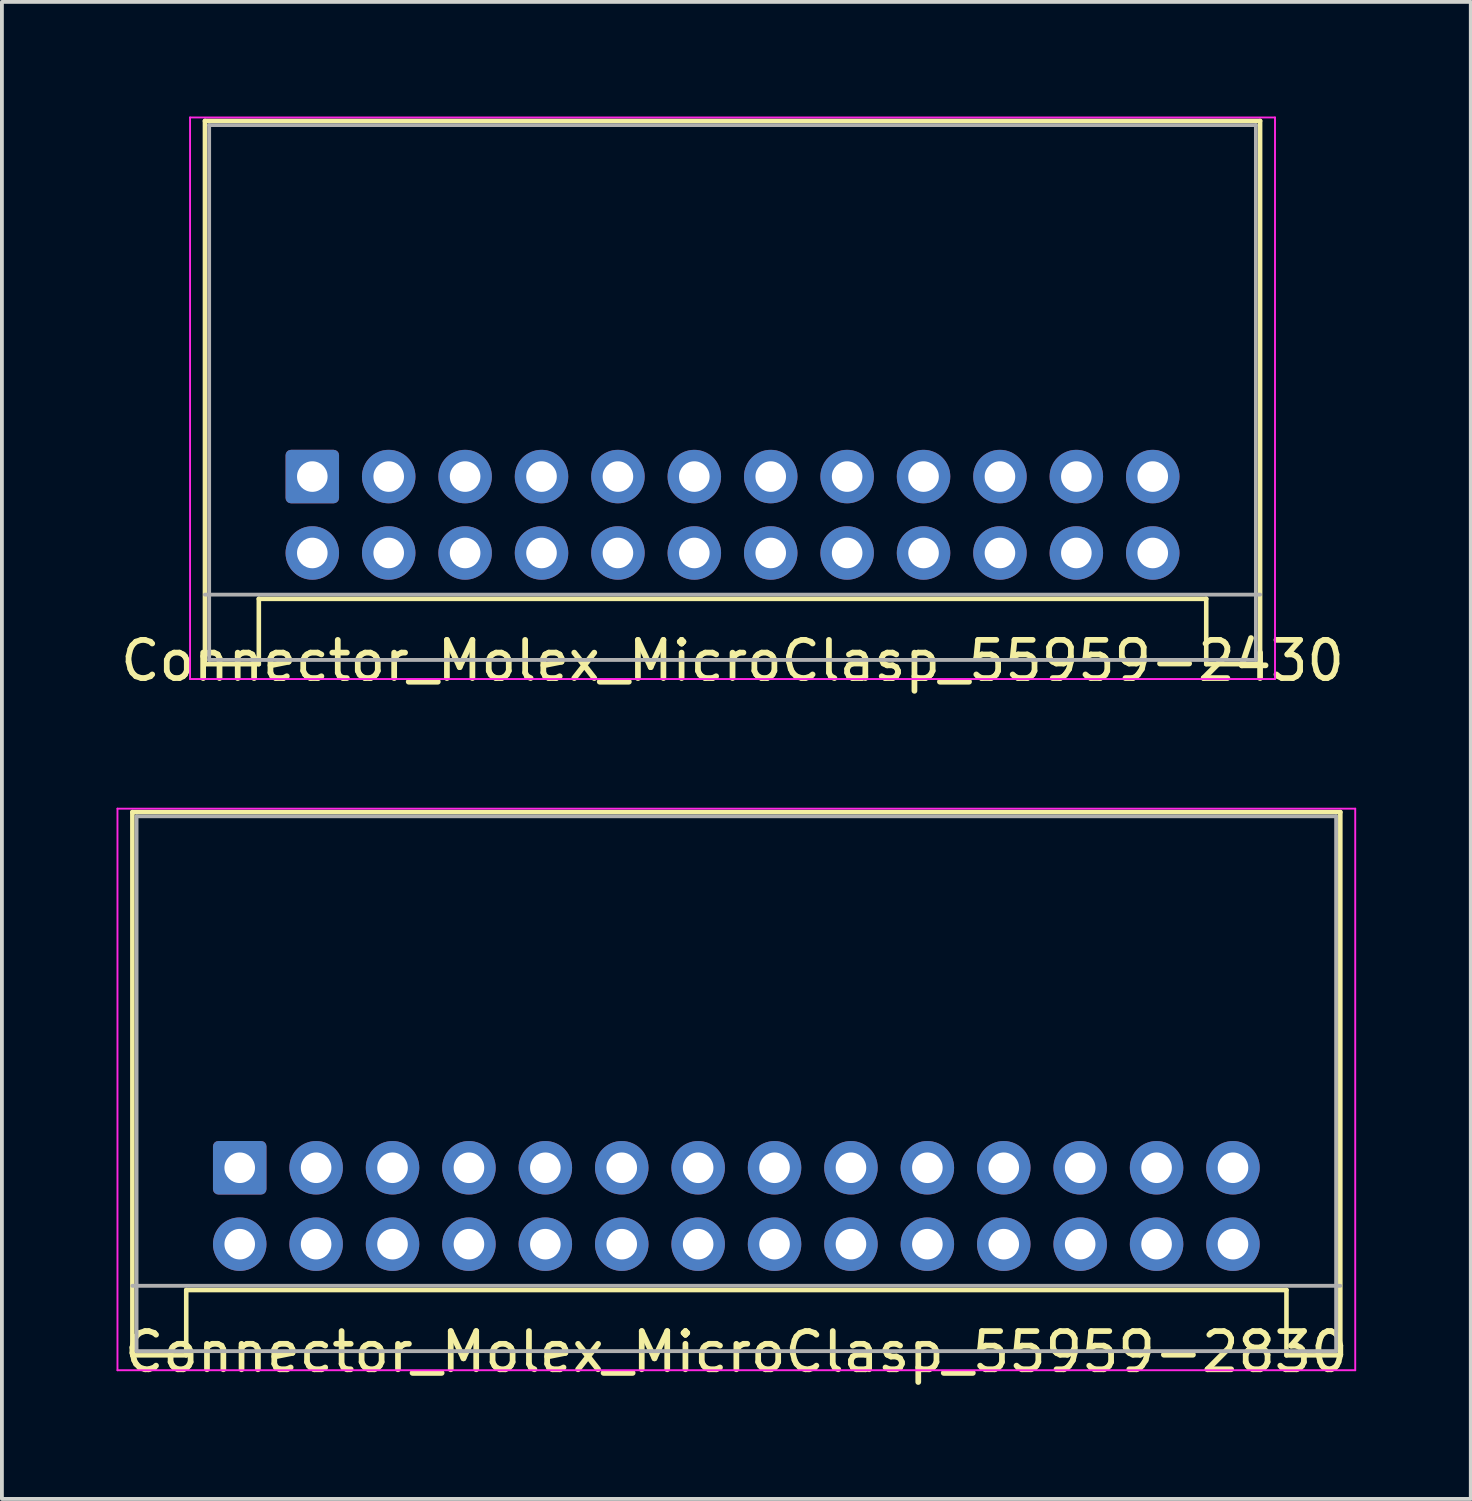
<source format=kicad_pcb>
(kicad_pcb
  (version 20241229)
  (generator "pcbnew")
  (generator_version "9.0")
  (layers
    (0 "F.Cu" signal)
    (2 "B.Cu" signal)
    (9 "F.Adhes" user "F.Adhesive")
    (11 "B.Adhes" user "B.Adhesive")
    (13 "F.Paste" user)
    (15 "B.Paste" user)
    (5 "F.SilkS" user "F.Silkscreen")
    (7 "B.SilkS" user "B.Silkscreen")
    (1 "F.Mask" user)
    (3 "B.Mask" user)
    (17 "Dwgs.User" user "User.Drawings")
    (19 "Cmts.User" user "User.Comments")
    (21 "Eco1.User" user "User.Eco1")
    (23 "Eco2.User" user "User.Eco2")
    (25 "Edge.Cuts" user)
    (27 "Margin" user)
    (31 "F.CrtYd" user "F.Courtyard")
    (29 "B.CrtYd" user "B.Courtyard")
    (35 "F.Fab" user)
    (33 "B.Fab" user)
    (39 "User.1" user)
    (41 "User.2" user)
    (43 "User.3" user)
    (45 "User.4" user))
  (footprint "Connector_Molex_MicroClasp_55959-2430"
    (layer "F.Cu")
    (at 16.125 9.425)
    (property "Reference" "Connector_Molex_MicroClasp_55959-2430" (at 0 4.82 180) (layer "F.SilkS") (effects (font (size 1 1) (thickness 0.15))))
    (attr through_hole)
    (fp_line (start -13.81 -9.31) (end 13.81 -9.31) (stroke (width 0.12) (type solid)) (layer "F.SilkS"))
    (fp_line (start -13.81 4.91) (end -13.81 -9.31) (stroke (width 0.12) (type solid)) (layer "F.SilkS"))
    (fp_line (start -12.4 3.2) (end 12.4 3.2) (stroke (width 0.12) (type solid)) (layer "F.SilkS"))
    (fp_line (start -12.4 4.91) (end -13.81 4.91) (stroke (width 0.12) (type solid)) (layer "F.SilkS"))
    (fp_line (start -12.4 4.91) (end -12.4 3.2) (stroke (width 0.12) (type solid)) (layer "F.SilkS"))
    (fp_line (start 12.4 4.91) (end 12.4 3.2) (stroke (width 0.12) (type solid)) (layer "F.SilkS"))
    (fp_line (start 13.81 4.91) (end 12.4 4.91) (stroke (width 0.12) (type solid)) (layer "F.SilkS"))
    (fp_line (start 13.81 4.91) (end 13.81 -9.31) (stroke (width 0.12) (type solid)) (layer "F.SilkS"))
    (fp_line (start -14.2 -9.4) (end 14.2 -9.4) (stroke (width 0.05) (type solid)) (layer "F.CrtYd"))
    (fp_line (start -14.2 5.3) (end -14.2 -9.4) (stroke (width 0.05) (type solid)) (layer "F.CrtYd"))
    (fp_line (start 14.2 -9.4) (end 14.2 5.3) (stroke (width 0.05) (type solid)) (layer "F.CrtYd"))
    (fp_line (start 14.2 5.3) (end -14.2 5.3) (stroke (width 0.05) (type solid)) (layer "F.CrtYd"))
    (fp_line (start -13.81 3.09) (end 13.81 3.09) (stroke (width 0.1) (type solid)) (layer "F.Fab"))
    (fp_line (start -13.7 -9.2) (end -13.7 4.8) (stroke (width 0.1) (type solid)) (layer "F.Fab"))
    (fp_line (start -13.7 -9.2) (end 13.7 -9.2) (stroke (width 0.1) (type solid)) (layer "F.Fab"))
    (fp_line (start -13.7 4.8) (end 13.7 4.8) (stroke (width 0.1) (type solid)) (layer "F.Fab"))
    (fp_line (start 13.7 -9.2) (end 13.7 4.8) (stroke (width 0.1) (type solid)) (layer "F.Fab"))
    (pad "1" thru_hole roundrect (at -11 0) (size 1.4 1.4) (drill 0.8) (layers "*.Cu" "*.Mask") (roundrect_rratio 0.1))
    (pad "2" thru_hole circle (at -11 2) (size 1.4 1.4) (drill 0.8) (layers "*.Cu" "*.Mask"))
    (pad "3" thru_hole circle (at -9 0) (size 1.4 1.4) (drill 0.8) (layers "*.Cu" "*.Mask"))
    (pad "4" thru_hole circle (at -9 2) (size 1.4 1.4) (drill 0.8) (layers "*.Cu" "*.Mask"))
    (pad "5" thru_hole circle (at -7 0) (size 1.4 1.4) (drill 0.8) (layers "*.Cu" "*.Mask"))
    (pad "6" thru_hole circle (at -7 2) (size 1.4 1.4) (drill 0.8) (layers "*.Cu" "*.Mask"))
    (pad "7" thru_hole circle (at -5 0) (size 1.4 1.4) (drill 0.8) (layers "*.Cu" "*.Mask"))
    (pad "8" thru_hole circle (at -5 2) (size 1.4 1.4) (drill 0.8) (layers "*.Cu" "*.Mask"))
    (pad "9" thru_hole circle (at -3 0) (size 1.4 1.4) (drill 0.8) (layers "*.Cu" "*.Mask"))
    (pad "10" thru_hole circle (at -3 2) (size 1.4 1.4) (drill 0.8) (layers "*.Cu" "*.Mask"))
    (pad "11" thru_hole circle (at -1 0) (size 1.4 1.4) (drill 0.8) (layers "*.Cu" "*.Mask"))
    (pad "12" thru_hole circle (at -1 2) (size 1.4 1.4) (drill 0.8) (layers "*.Cu" "*.Mask"))
    (pad "13" thru_hole circle (at 1 0) (size 1.4 1.4) (drill 0.8) (layers "*.Cu" "*.Mask"))
    (pad "14" thru_hole circle (at 1 2) (size 1.4 1.4) (drill 0.8) (layers "*.Cu" "*.Mask"))
    (pad "15" thru_hole circle (at 3 0) (size 1.4 1.4) (drill 0.8) (layers "*.Cu" "*.Mask"))
    (pad "16" thru_hole circle (at 3 2) (size 1.4 1.4) (drill 0.8) (layers "*.Cu" "*.Mask"))
    (pad "17" thru_hole circle (at 5 0) (size 1.4 1.4) (drill 0.8) (layers "*.Cu" "*.Mask"))
    (pad "18" thru_hole circle (at 5 2) (size 1.4 1.4) (drill 0.8) (layers "*.Cu" "*.Mask"))
    (pad "19" thru_hole circle (at 7 0) (size 1.4 1.4) (drill 0.8) (layers "*.Cu" "*.Mask"))
    (pad "20" thru_hole circle (at 7 2) (size 1.4 1.4) (drill 0.8) (layers "*.Cu" "*.Mask"))
    (pad "21" thru_hole circle (at 9 0) (size 1.4 1.4) (drill 0.8) (layers "*.Cu" "*.Mask"))
    (pad "22" thru_hole circle (at 9 2) (size 1.4 1.4) (drill 0.8) (layers "*.Cu" "*.Mask"))
    (pad "23" thru_hole circle (at 11 0) (size 1.4 1.4) (drill 0.8) (layers "*.Cu" "*.Mask"))
    (pad "24" thru_hole circle (at 11 2) (size 1.4 1.4) (drill 0.8) (layers "*.Cu" "*.Mask")))
  (footprint "Connector_Molex_MicroClasp_55959-2830"
    (layer "F.Cu")
    (at 16.225 27.518)
    (property "Reference" "Connector_Molex_MicroClasp_55959-2830" (at 0 4.82 180) (layer "F.SilkS") (effects (font (size 1 1) (thickness 0.15))))
    (attr through_hole)
    (fp_line (start -15.81 -9.31) (end 15.81 -9.31) (stroke (width 0.12) (type solid)) (layer "F.SilkS"))
    (fp_line (start -15.81 4.91) (end -15.81 -9.31) (stroke (width 0.12) (type solid)) (layer "F.SilkS"))
    (fp_line (start -14.4 3.2) (end 14.4 3.2) (stroke (width 0.12) (type solid)) (layer "F.SilkS"))
    (fp_line (start -14.4 4.91) (end -15.81 4.91) (stroke (width 0.12) (type solid)) (layer "F.SilkS"))
    (fp_line (start -14.4 4.91) (end -14.4 3.2) (stroke (width 0.12) (type solid)) (layer "F.SilkS"))
    (fp_line (start 14.4 4.91) (end 14.4 3.2) (stroke (width 0.12) (type solid)) (layer "F.SilkS"))
    (fp_line (start 15.81 4.91) (end 14.4 4.91) (stroke (width 0.12) (type solid)) (layer "F.SilkS"))
    (fp_line (start 15.81 4.91) (end 15.81 -9.31) (stroke (width 0.12) (type solid)) (layer "F.SilkS"))
    (fp_line (start -16.2 -9.4) (end 16.2 -9.4) (stroke (width 0.05) (type solid)) (layer "F.CrtYd"))
    (fp_line (start -16.2 5.3) (end -16.2 -9.4) (stroke (width 0.05) (type solid)) (layer "F.CrtYd"))
    (fp_line (start 16.2 -9.4) (end 16.2 5.3) (stroke (width 0.05) (type solid)) (layer "F.CrtYd"))
    (fp_line (start 16.2 5.3) (end -16.2 5.3) (stroke (width 0.05) (type solid)) (layer "F.CrtYd"))
    (fp_line (start -15.81 3.09) (end 15.81 3.09) (stroke (width 0.1) (type solid)) (layer "F.Fab"))
    (fp_line (start -15.7 -9.2) (end -15.7 4.8) (stroke (width 0.1) (type solid)) (layer "F.Fab"))
    (fp_line (start -15.7 -9.2) (end 15.7 -9.2) (stroke (width 0.1) (type solid)) (layer "F.Fab"))
    (fp_line (start -15.7 4.8) (end 15.7 4.8) (stroke (width 0.1) (type solid)) (layer "F.Fab"))
    (fp_line (start 15.7 -9.2) (end 15.7 4.8) (stroke (width 0.1) (type solid)) (layer "F.Fab"))
    (pad "1" thru_hole roundrect (at -13 0) (size 1.4 1.4) (drill 0.8) (layers "*.Cu" "*.Mask") (roundrect_rratio 0.1))
    (pad "2" thru_hole circle (at -13 2) (size 1.4 1.4) (drill 0.8) (layers "*.Cu" "*.Mask"))
    (pad "3" thru_hole circle (at -11 0) (size 1.4 1.4) (drill 0.8) (layers "*.Cu" "*.Mask"))
    (pad "4" thru_hole circle (at -11 2) (size 1.4 1.4) (drill 0.8) (layers "*.Cu" "*.Mask"))
    (pad "5" thru_hole circle (at -9 0) (size 1.4 1.4) (drill 0.8) (layers "*.Cu" "*.Mask"))
    (pad "6" thru_hole circle (at -9 2) (size 1.4 1.4) (drill 0.8) (layers "*.Cu" "*.Mask"))
    (pad "7" thru_hole circle (at -7 0) (size 1.4 1.4) (drill 0.8) (layers "*.Cu" "*.Mask"))
    (pad "8" thru_hole circle (at -7 2) (size 1.4 1.4) (drill 0.8) (layers "*.Cu" "*.Mask"))
    (pad "9" thru_hole circle (at -5 0) (size 1.4 1.4) (drill 0.8) (layers "*.Cu" "*.Mask"))
    (pad "10" thru_hole circle (at -5 2) (size 1.4 1.4) (drill 0.8) (layers "*.Cu" "*.Mask"))
    (pad "11" thru_hole circle (at -3 0) (size 1.4 1.4) (drill 0.8) (layers "*.Cu" "*.Mask"))
    (pad "12" thru_hole circle (at -3 2) (size 1.4 1.4) (drill 0.8) (layers "*.Cu" "*.Mask"))
    (pad "13" thru_hole circle (at -1 0) (size 1.4 1.4) (drill 0.8) (layers "*.Cu" "*.Mask"))
    (pad "14" thru_hole circle (at -1 2) (size 1.4 1.4) (drill 0.8) (layers "*.Cu" "*.Mask"))
    (pad "15" thru_hole circle (at 1 0) (size 1.4 1.4) (drill 0.8) (layers "*.Cu" "*.Mask"))
    (pad "16" thru_hole circle (at 1 2) (size 1.4 1.4) (drill 0.8) (layers "*.Cu" "*.Mask"))
    (pad "17" thru_hole circle (at 3 0) (size 1.4 1.4) (drill 0.8) (layers "*.Cu" "*.Mask"))
    (pad "18" thru_hole circle (at 3 2) (size 1.4 1.4) (drill 0.8) (layers "*.Cu" "*.Mask"))
    (pad "19" thru_hole circle (at 5 0) (size 1.4 1.4) (drill 0.8) (layers "*.Cu" "*.Mask"))
    (pad "20" thru_hole circle (at 5 2) (size 1.4 1.4) (drill 0.8) (layers "*.Cu" "*.Mask"))
    (pad "21" thru_hole circle (at 7 0) (size 1.4 1.4) (drill 0.8) (layers "*.Cu" "*.Mask"))
    (pad "22" thru_hole circle (at 7 2) (size 1.4 1.4) (drill 0.8) (layers "*.Cu" "*.Mask"))
    (pad "23" thru_hole circle (at 9 0) (size 1.4 1.4) (drill 0.8) (layers "*.Cu" "*.Mask"))
    (pad "24" thru_hole circle (at 9 2) (size 1.4 1.4) (drill 0.8) (layers "*.Cu" "*.Mask"))
    (pad "25" thru_hole circle (at 11 0) (size 1.4 1.4) (drill 0.8) (layers "*.Cu" "*.Mask"))
    (pad "26" thru_hole circle (at 11 2) (size 1.4 1.4) (drill 0.8) (layers "*.Cu" "*.Mask"))
    (pad "27" thru_hole circle (at 13 0) (size 1.4 1.4) (drill 0.8) (layers "*.Cu" "*.Mask"))
    (pad "28" thru_hole circle (at 13 2) (size 1.4 1.4) (drill 0.8) (layers "*.Cu" "*.Mask")))
  (gr_rect
    (start -3 -3)
    (end 35.45 36.187)
    (stroke (width 0.1) (type default))
    (fill no)
    (layer "Edge.Cuts")))
</source>
